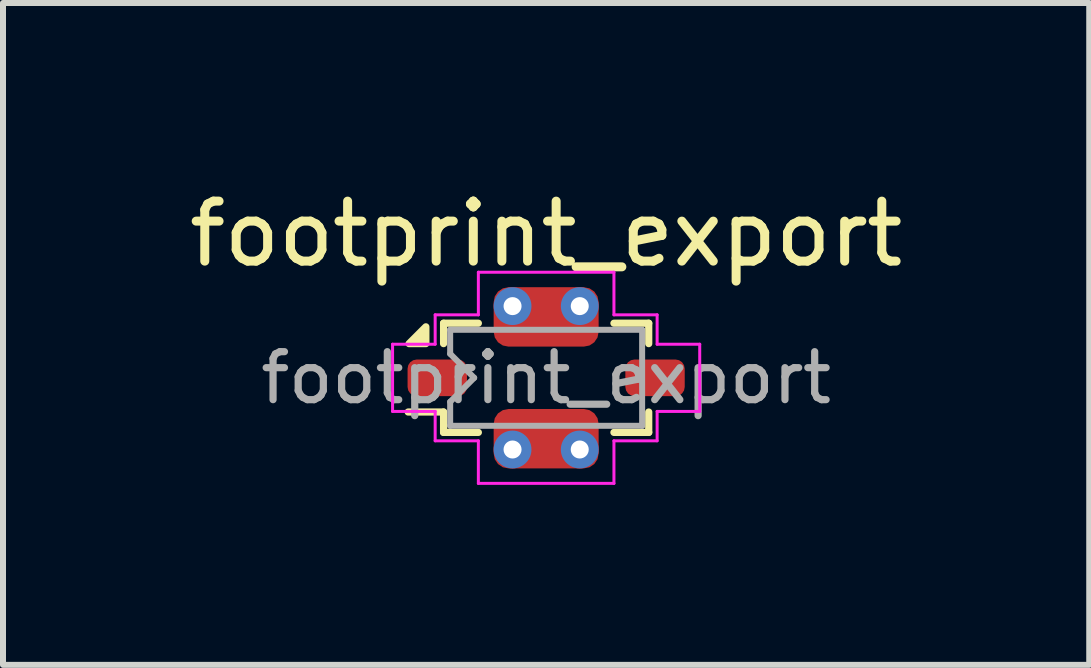
<source format=kicad_pcb>
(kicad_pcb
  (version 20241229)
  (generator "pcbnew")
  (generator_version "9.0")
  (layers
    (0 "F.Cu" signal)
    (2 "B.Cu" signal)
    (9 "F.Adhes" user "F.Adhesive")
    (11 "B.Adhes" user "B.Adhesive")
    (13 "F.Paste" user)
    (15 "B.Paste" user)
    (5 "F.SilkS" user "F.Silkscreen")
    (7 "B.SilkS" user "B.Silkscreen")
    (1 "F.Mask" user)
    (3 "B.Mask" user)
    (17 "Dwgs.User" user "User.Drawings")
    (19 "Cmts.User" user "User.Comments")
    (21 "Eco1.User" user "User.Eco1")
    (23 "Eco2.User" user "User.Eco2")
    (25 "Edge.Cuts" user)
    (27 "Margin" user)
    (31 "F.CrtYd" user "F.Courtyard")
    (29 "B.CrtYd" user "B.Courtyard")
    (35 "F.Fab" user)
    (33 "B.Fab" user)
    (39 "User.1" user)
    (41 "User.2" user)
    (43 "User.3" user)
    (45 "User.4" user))
  (footprint "footprint_export"
    (layer "F.Cu")
    (at 6.054 3.248)
    (property "Reference" "footprint_export" (at 0 -2.4 0) (layer "F.SilkS") (effects (font (size 1 1) (thickness 0.15))))
    (attr smd)
    (fp_line (start -1.71 -0.91) (end -1.71 -0.57) (stroke (width 0.12) (type solid)) (layer "F.SilkS"))
    (fp_line (start -1.71 -0.91) (end -1.13 -0.91) (stroke (width 0.12) (type solid)) (layer "F.SilkS"))
    (fp_line (start -1.71 0.57) (end -2.3 0.57) (stroke (width 0.12) (type solid)) (layer "F.SilkS"))
    (fp_line (start -1.71 0.57) (end -1.71 0.91) (stroke (width 0.12) (type solid)) (layer "F.SilkS"))
    (fp_line (start -1.71 0.91) (end -1.13 0.91) (stroke (width 0.12) (type solid)) (layer "F.SilkS"))
    (fp_line (start 1.13 -0.91) (end 1.71 -0.91) (stroke (width 0.12) (type solid)) (layer "F.SilkS"))
    (fp_line (start 1.13 0.91) (end 1.71 0.91) (stroke (width 0.12) (type solid)) (layer "F.SilkS"))
    (fp_line (start 1.71 -0.91) (end 1.71 -0.57) (stroke (width 0.12) (type solid)) (layer "F.SilkS"))
    (fp_line (start 1.71 0.57) (end 1.71 0.91) (stroke (width 0.12) (type solid)) (layer "F.SilkS"))
    (fp_poly (pts (xy -2.005 -0.57) (xy -2.285 -0.57) (xy -2.005 -0.85) (xy -2.005 -0.57)) (stroke (width 0.12) (type solid)) (fill yes) (layer "F.SilkS"))
    (fp_line (start -2.56 -0.56) (end -2.56 0.56) (stroke (width 0.05) (type solid)) (layer "F.CrtYd"))
    (fp_line (start -2.56 -0.56) (end -1.85 -0.56) (stroke (width 0.05) (type solid)) (layer "F.CrtYd"))
    (fp_line (start -2.56 0.56) (end -1.85 0.56) (stroke (width 0.05) (type solid)) (layer "F.CrtYd"))
    (fp_line (start -1.85 -1.05) (end -1.85 -0.56) (stroke (width 0.05) (type solid)) (layer "F.CrtYd"))
    (fp_line (start -1.85 -1.05) (end -1.13 -1.05) (stroke (width 0.05) (type solid)) (layer "F.CrtYd"))
    (fp_line (start -1.85 0.56) (end -1.85 1.05) (stroke (width 0.05) (type solid)) (layer "F.CrtYd"))
    (fp_line (start -1.85 1.05) (end -1.13 1.05) (stroke (width 0.05) (type solid)) (layer "F.CrtYd"))
    (fp_line (start -1.13 -1.76) (end 1.13 -1.76) (stroke (width 0.05) (type solid)) (layer "F.CrtYd"))
    (fp_line (start -1.13 -1.05) (end -1.13 -1.76) (stroke (width 0.05) (type solid)) (layer "F.CrtYd"))
    (fp_line (start -1.13 1.76) (end -1.13 1.05) (stroke (width 0.05) (type solid)) (layer "F.CrtYd"))
    (fp_line (start -1.13 1.76) (end 1.13 1.76) (stroke (width 0.05) (type solid)) (layer "F.CrtYd"))
    (fp_line (start 1.13 -1.05) (end 1.13 -1.76) (stroke (width 0.05) (type solid)) (layer "F.CrtYd"))
    (fp_line (start 1.13 -1.05) (end 1.85 -1.05) (stroke (width 0.05) (type solid)) (layer "F.CrtYd"))
    (fp_line (start 1.13 1.05) (end 1.85 1.05) (stroke (width 0.05) (type solid)) (layer "F.CrtYd"))
    (fp_line (start 1.13 1.76) (end 1.13 1.05) (stroke (width 0.05) (type solid)) (layer "F.CrtYd"))
    (fp_line (start 1.85 -1.05) (end 1.85 -0.56) (stroke (width 0.05) (type solid)) (layer "F.CrtYd"))
    (fp_line (start 1.85 -0.56) (end 2.56 -0.56) (stroke (width 0.05) (type solid)) (layer "F.CrtYd"))
    (fp_line (start 1.85 0.56) (end 1.85 1.05) (stroke (width 0.05) (type solid)) (layer "F.CrtYd"))
    (fp_line (start 1.85 0.56) (end 2.56 0.56) (stroke (width 0.05) (type solid)) (layer "F.CrtYd"))
    (fp_line (start 2.56 -0.56) (end 2.56 0.56) (stroke (width 0.05) (type solid)) (layer "F.CrtYd"))
    (fp_line (start -1.6 -0.8) (end -1.6 -0.4) (stroke (width 0.1) (type solid)) (layer "F.Fab"))
    (fp_line (start -1.6 -0.8) (end 1.6 -0.8) (stroke (width 0.1) (type solid)) (layer "F.Fab"))
    (fp_line (start -1.6 0.8) (end -1.6 0.4) (stroke (width 0.1) (type solid)) (layer "F.Fab"))
    (fp_line (start -1.2 0) (end -1.6 -0.4) (stroke (width 0.1) (type solid)) (layer "F.Fab"))
    (fp_line (start -1.2 0) (end -1.6 0.4) (stroke (width 0.1) (type solid)) (layer "F.Fab"))
    (fp_line (start 1.6 -0.8) (end 1.6 0.8) (stroke (width 0.1) (type solid)) (layer "F.Fab"))
    (fp_line (start 1.6 0.8) (end -1.6 0.8) (stroke (width 0.1) (type solid)) (layer "F.Fab"))
    (fp_text user "${REFERENCE}" (at 0 0 0) (layer "F.Fab") (effects (font (size 0.8 0.8) (thickness 0.12))))
    (pad "1" smd roundrect (at -1.815 0) (size 0.99 0.61) (layers "F.Cu" "F.Mask" "F.Paste") (roundrect_rratio 0.25))
    (pad "2" thru_hole circle (at -0.56 1.195) (size 0.63 0.63) (drill 0.3) (layers "*.Cu" "*.Mask"))
    (pad "2" smd roundrect (at 0 1.015) (size 1.75 0.99) (layers "F.Cu" "F.Mask" "F.Paste") (roundrect_rratio 0.25))
    (pad "2" thru_hole circle (at 0.56 1.195) (size 0.63 0.63) (drill 0.3) (layers "*.Cu" "*.Mask"))
    (pad "3" smd roundrect (at 1.815 0) (size 0.99 0.61) (layers "F.Cu" "F.Mask" "F.Paste") (roundrect_rratio 0.25))
    (pad "4" thru_hole circle (at -0.56 -1.195) (size 0.63 0.63) (drill 0.3) (layers "*.Cu" "*.Mask"))
    (pad "4" smd roundrect (at 0 -1.015) (size 1.75 0.99) (layers "F.Cu" "F.Mask" "F.Paste") (roundrect_rratio 0.25))
    (pad "4" thru_hole circle (at 0.56 -1.195) (size 0.63 0.63) (drill 0.3) (layers "*.Cu" "*.Mask")))
  (gr_rect
    (start -3 -3)
    (end 15.107 8.033)
    (stroke (width 0.1) (type default))
    (fill no)
    (layer "Edge.Cuts")))
</source>
